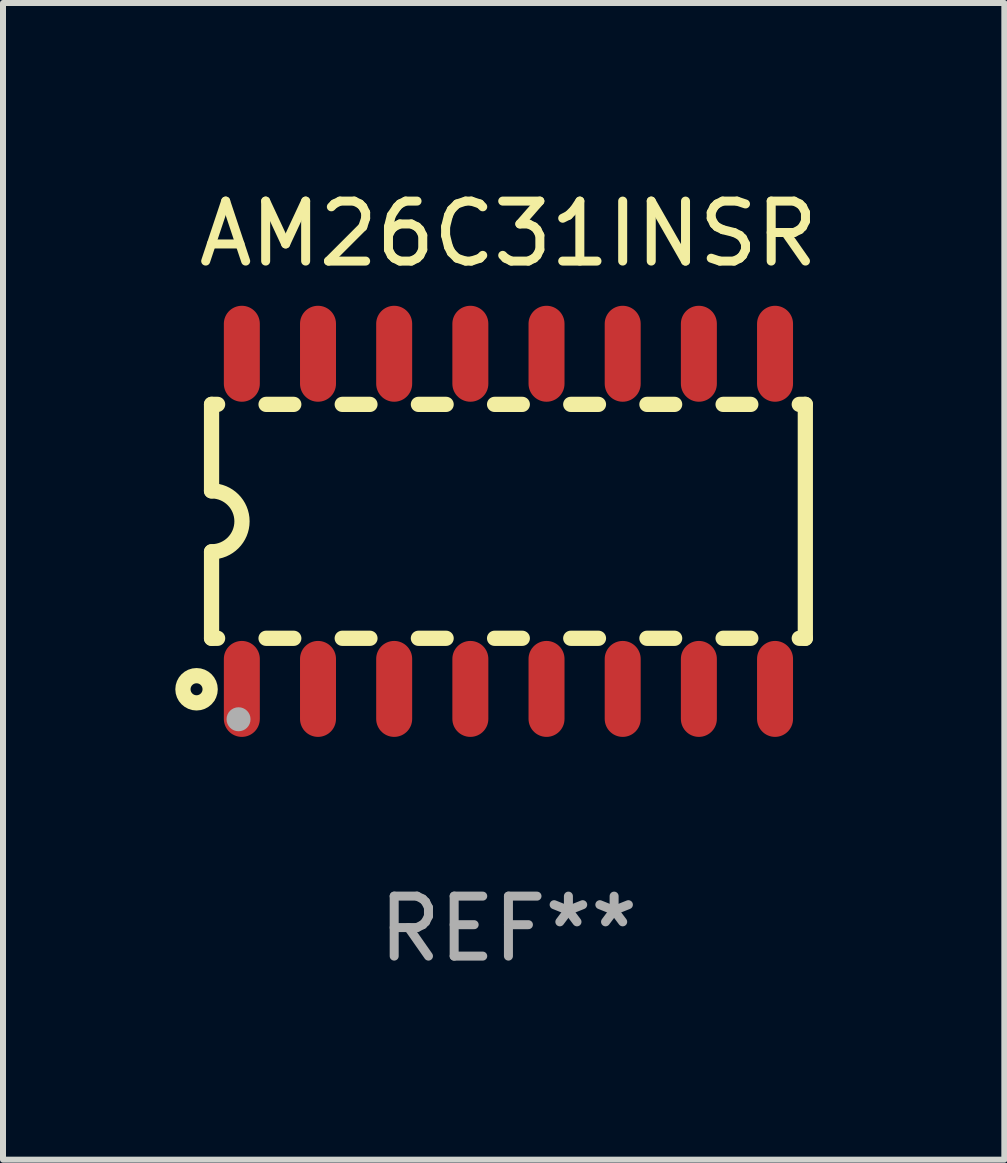
<source format=kicad_pcb>
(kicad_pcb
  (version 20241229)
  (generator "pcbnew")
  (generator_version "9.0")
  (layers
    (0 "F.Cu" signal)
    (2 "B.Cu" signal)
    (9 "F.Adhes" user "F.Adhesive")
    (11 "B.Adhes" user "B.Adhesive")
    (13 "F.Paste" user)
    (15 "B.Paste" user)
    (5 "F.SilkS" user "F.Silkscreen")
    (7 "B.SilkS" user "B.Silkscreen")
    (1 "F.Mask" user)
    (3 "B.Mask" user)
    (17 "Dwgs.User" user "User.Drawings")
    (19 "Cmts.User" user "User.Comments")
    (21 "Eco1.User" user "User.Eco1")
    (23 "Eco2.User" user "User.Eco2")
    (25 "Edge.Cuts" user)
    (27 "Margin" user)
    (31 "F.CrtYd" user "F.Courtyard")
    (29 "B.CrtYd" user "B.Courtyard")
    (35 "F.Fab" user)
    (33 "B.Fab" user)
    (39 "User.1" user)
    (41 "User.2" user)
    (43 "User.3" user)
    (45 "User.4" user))
  (footprint "AM26C31INSR"
    (layer "F.Cu")
    (at 5.427 5.642)
    (property "Reference" "AM26C31INSR" (at 0 -4.794 0) (layer "F.SilkS") (effects (font (size 1 1) (thickness 0.15))))
    (attr through_hole)
    (fp_line (start -4.95 -1.95) (end -4.95 -0.508) (stroke (width 0.254) (type solid)) (layer "F.SilkS"))
    (fp_line (start -4.95 -1.95) (end -4.849 -1.95) (stroke (width 0.254) (type solid)) (layer "F.SilkS"))
    (fp_line (start -4.95 1.95) (end -4.95 0.508) (stroke (width 0.254) (type solid)) (layer "F.SilkS"))
    (fp_line (start -4.95 1.95) (end -4.849 1.95) (stroke (width 0.254) (type solid)) (layer "F.SilkS"))
    (fp_line (start -4.041 -1.95) (end -3.579 -1.95) (stroke (width 0.254) (type solid)) (layer "F.SilkS"))
    (fp_line (start -4.041 1.95) (end -3.579 1.95) (stroke (width 0.254) (type solid)) (layer "F.SilkS"))
    (fp_line (start -2.771 -1.95) (end -2.309 -1.95) (stroke (width 0.254) (type solid)) (layer "F.SilkS"))
    (fp_line (start -2.771 1.95) (end -2.309 1.95) (stroke (width 0.254) (type solid)) (layer "F.SilkS"))
    (fp_line (start -1.501 -1.95) (end -1.039 -1.95) (stroke (width 0.254) (type solid)) (layer "F.SilkS"))
    (fp_line (start -1.501 1.95) (end -1.039 1.95) (stroke (width 0.254) (type solid)) (layer "F.SilkS"))
    (fp_line (start -0.231 -1.95) (end 0.231 -1.95) (stroke (width 0.254) (type solid)) (layer "F.SilkS"))
    (fp_line (start -0.231 1.95) (end 0.231 1.95) (stroke (width 0.254) (type solid)) (layer "F.SilkS"))
    (fp_line (start 1.039 -1.95) (end 1.501 -1.95) (stroke (width 0.254) (type solid)) (layer "F.SilkS"))
    (fp_line (start 1.039 1.95) (end 1.501 1.95) (stroke (width 0.254) (type solid)) (layer "F.SilkS"))
    (fp_line (start 2.309 -1.95) (end 2.771 -1.95) (stroke (width 0.254) (type solid)) (layer "F.SilkS"))
    (fp_line (start 2.309 1.95) (end 2.771 1.95) (stroke (width 0.254) (type solid)) (layer "F.SilkS"))
    (fp_line (start 3.579 -1.95) (end 4.041 -1.95) (stroke (width 0.254) (type solid)) (layer "F.SilkS"))
    (fp_line (start 3.579 1.95) (end 4.041 1.95) (stroke (width 0.254) (type solid)) (layer "F.SilkS"))
    (fp_line (start 4.849 -1.95) (end 4.95 -1.95) (stroke (width 0.254) (type solid)) (layer "F.SilkS"))
    (fp_line (start 4.849 1.95) (end 4.95 1.95) (stroke (width 0.254) (type solid)) (layer "F.SilkS"))
    (fp_line (start 4.95 -1.95) (end 4.95 1.95) (stroke (width 0.254) (type solid)) (layer "F.SilkS"))
    (fp_arc (start -4.95047 -0.508001) (mid -4.442469 -0.000228) (end -4.950013 0.508001) (stroke (width 0.254001) (type solid)) (layer "F.SilkS"))
    (fp_circle (center -5.2 2.8) (end -5.1 2.8) (stroke (width 0.254) (type solid)) (fill no) (layer "F.SilkS"))
    (fp_circle (center -4.95 2.947) (end -4.92 2.947) (stroke (width 0.06) (type solid)) (fill no) (layer "F.SilkS"))
    (fp_circle (center -4.5 3.3) (end -4.4 3.3) (stroke (width 0.2) (type solid)) (fill no) (layer "F.Fab"))
    (fp_text user "REF**" (at 0 6.794 0) (layer "F.Fab") (effects (font (size 1 1) (thickness 0.15))))
    (pad "1" smd oval (at -4.445 2.794) (size 0.6 1.6) (layers "F.Cu" "F.Mask" "F.Paste"))
    (pad "2" smd oval (at -3.175 2.794) (size 0.6 1.6) (layers "F.Cu" "F.Mask" "F.Paste"))
    (pad "3" smd oval (at -1.905 2.794) (size 0.6 1.6) (layers "F.Cu" "F.Mask" "F.Paste"))
    (pad "4" smd oval (at -0.635 2.794) (size 0.6 1.6) (layers "F.Cu" "F.Mask" "F.Paste"))
    (pad "5" smd oval (at 0.635 2.794) (size 0.6 1.6) (layers "F.Cu" "F.Mask" "F.Paste"))
    (pad "6" smd oval (at 1.905 2.794) (size 0.6 1.6) (layers "F.Cu" "F.Mask" "F.Paste"))
    (pad "7" smd oval (at 3.175 2.794) (size 0.6 1.6) (layers "F.Cu" "F.Mask" "F.Paste"))
    (pad "8" smd oval (at 4.445 2.794) (size 0.6 1.6) (layers "F.Cu" "F.Mask" "F.Paste"))
    (pad "9" smd oval (at 4.445 -2.794) (size 0.6 1.6) (layers "F.Cu" "F.Mask" "F.Paste"))
    (pad "10" smd oval (at 3.175 -2.794) (size 0.6 1.6) (layers "F.Cu" "F.Mask" "F.Paste"))
    (pad "11" smd oval (at 1.905 -2.794) (size 0.6 1.6) (layers "F.Cu" "F.Mask" "F.Paste"))
    (pad "12" smd oval (at 0.635 -2.794) (size 0.6 1.6) (layers "F.Cu" "F.Mask" "F.Paste"))
    (pad "13" smd oval (at -0.635 -2.794) (size 0.6 1.6) (layers "F.Cu" "F.Mask" "F.Paste"))
    (pad "14" smd oval (at -1.905 -2.794) (size 0.6 1.6) (layers "F.Cu" "F.Mask" "F.Paste"))
    (pad "15" smd oval (at -3.175 -2.794) (size 0.6 1.6) (layers "F.Cu" "F.Mask" "F.Paste"))
    (pad "16" smd oval (at -4.445 -2.794) (size 0.6 1.6) (layers "F.Cu" "F.Mask" "F.Paste")))
  (gr_rect
    (start -3 -3)
    (end 13.695 16.285)
    (stroke (width 0.1) (type default))
    (fill no)
    (layer "Edge.Cuts")))
</source>
